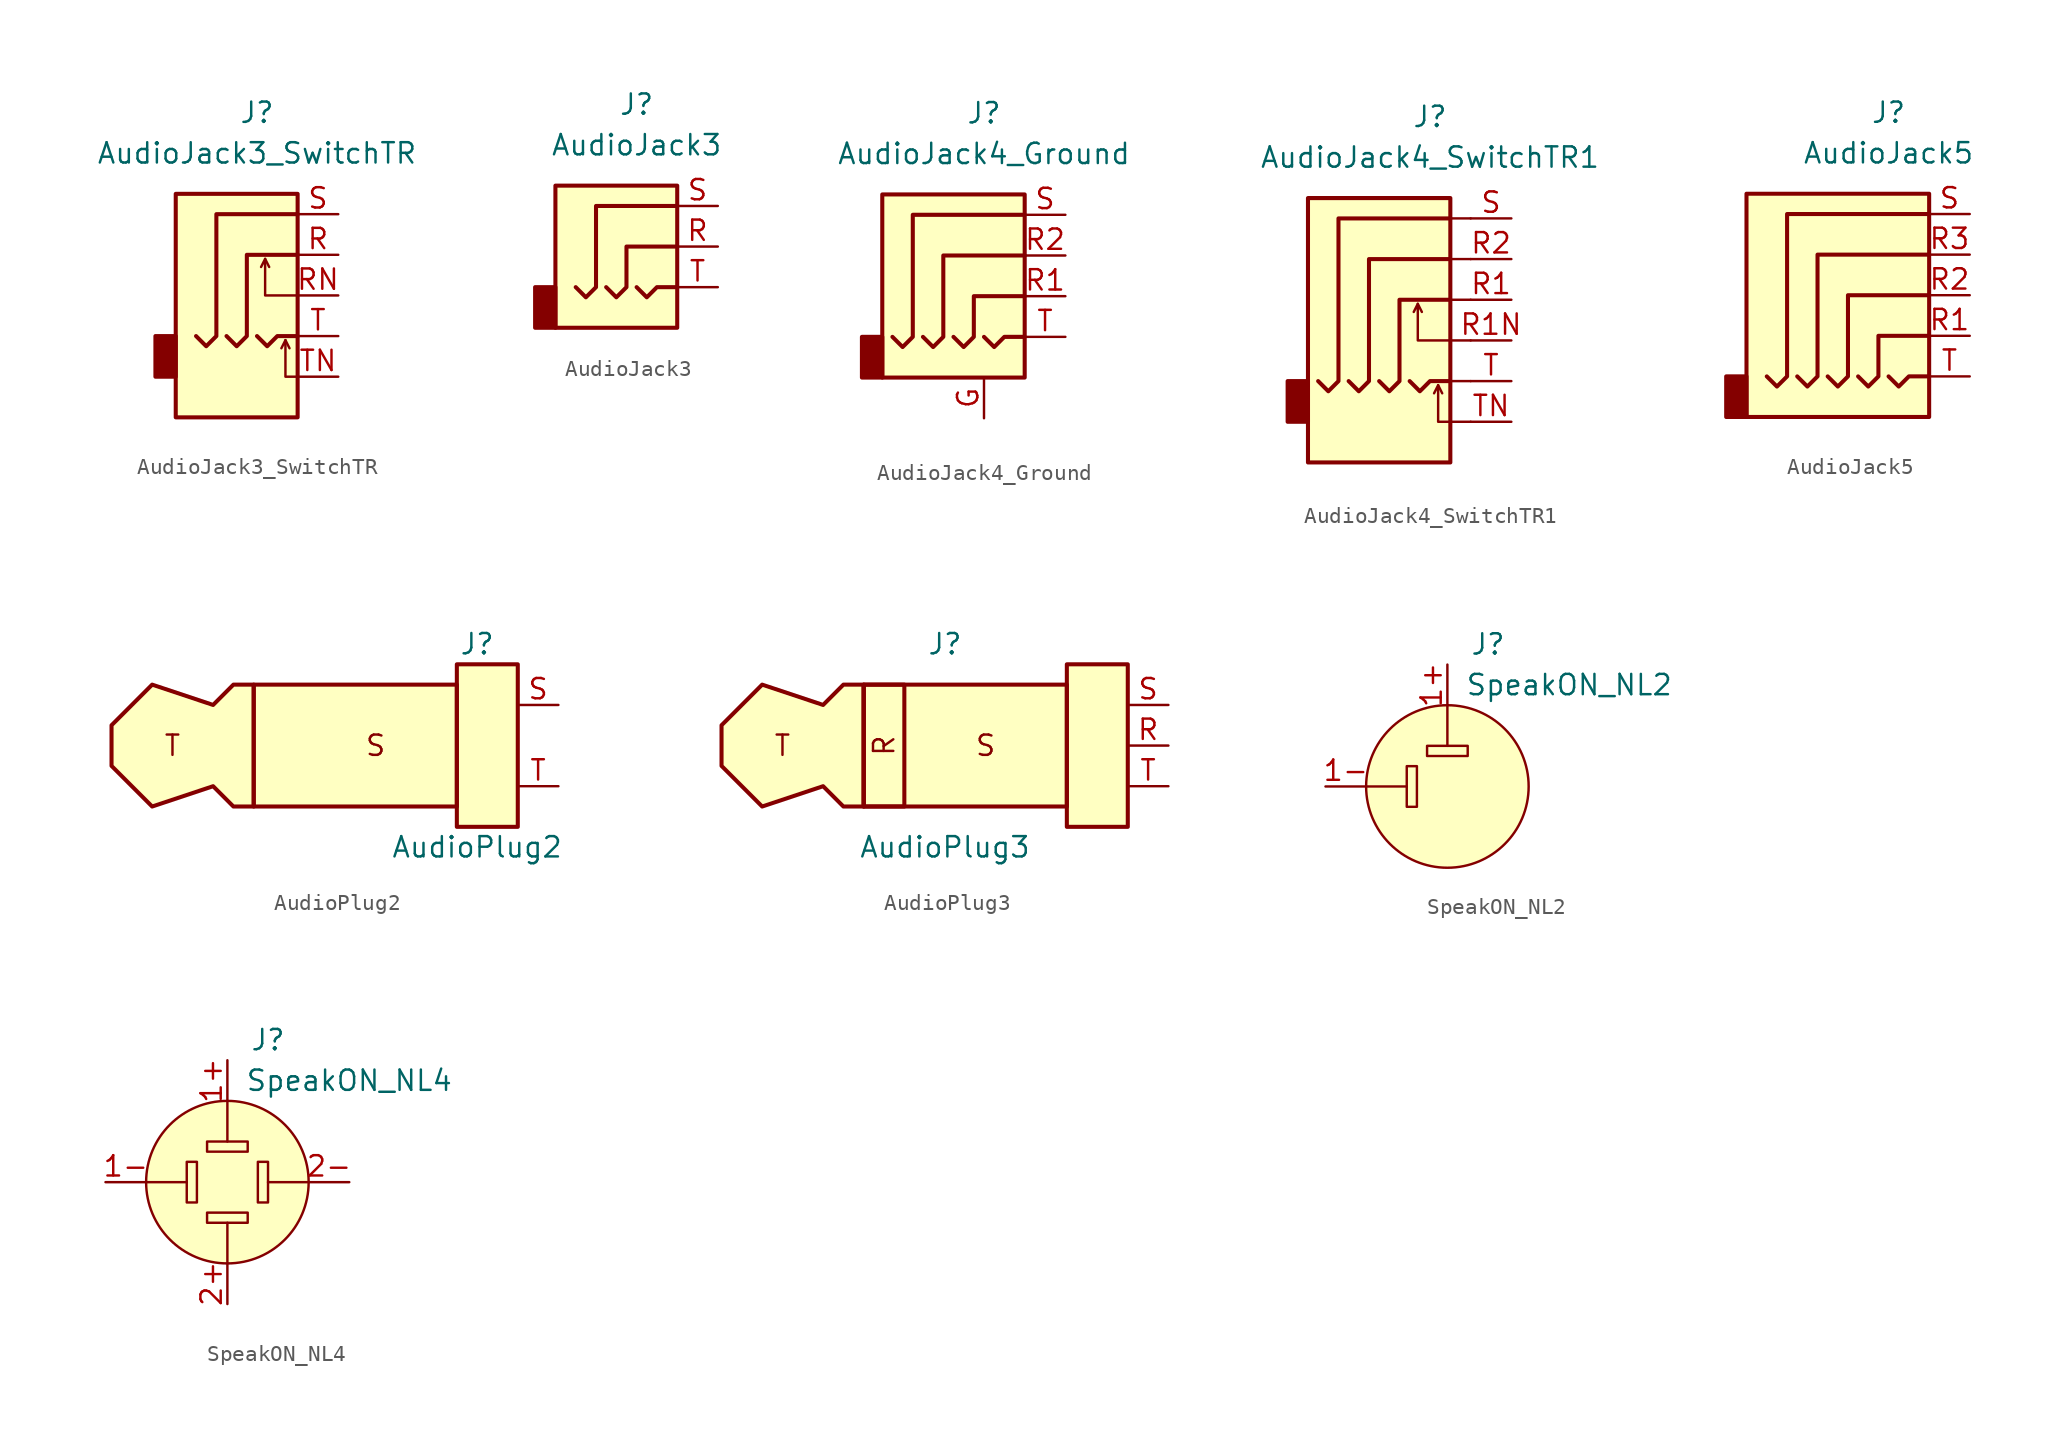
<source format=kicad_sym>
(kicad_symbol_lib
  (version 20231120)
  (generator "kicad_symbol_editor")
  (generator_version "8.0")
  (symbol "AudioJack3_SwitchTR"
    (property "Reference" "J"
      (at 0 8.89 0)
      (effects (font (size 1.27 1.27))))
    (property "Value" "AudioJack3_SwitchTR"
      (at 0 6.35 0)
      (effects (font (size 1.27 1.27))))
    (symbol "AudioJack3_SwitchTR_0_1"
      (rectangle (start -5.08 -5.08) (end -6.35 -7.62) (stroke (width 0.254) (type default)) (fill (type outline)))
      (polyline (pts (xy 0.508 -0.254) (xy 0.762 -0.762)) (stroke (width 0) (type default)) (fill (type none)))
      (polyline (pts (xy 1.778 -5.334) (xy 2.032 -5.842)) (stroke (width 0) (type default)) (fill (type none)))
      (polyline (pts (xy 0 -5.08) (xy 0.635 -5.715) (xy 1.27 -5.08) (xy 2.54 -5.08)) (stroke (width 0.254) (type default)) (fill (type none)))
      (polyline (pts (xy 2.54 -7.62) (xy 1.778 -7.62) (xy 1.778 -5.334) (xy 1.524 -5.842)) (stroke (width 0) (type default)) (fill (type none)))
      (polyline (pts (xy 2.54 -2.54) (xy 0.508 -2.54) (xy 0.508 -0.254) (xy 0.254 -0.762)) (stroke (width 0) (type default)) (fill (type none)))
      (polyline (pts (xy -1.905 -5.08) (xy -1.27 -5.715) (xy -0.635 -5.08) (xy -0.635 0) (xy 2.54 0)) (stroke (width 0.254) (type default)) (fill (type none)))
      (polyline (pts (xy 2.54 2.54) (xy -2.54 2.54) (xy -2.54 -5.08) (xy -3.175 -5.715) (xy -3.81 -5.08)) (stroke (width 0.254) (type default)) (fill (type none)))
      (rectangle (start 2.54 3.81) (end -5.08 -10.16) (stroke (width 0.254) (type default)) (fill (type background))))
    (symbol "AudioJack3_SwitchTR_1_1"
      (pin passive line (at 5.08 0 180) (length 2.54) (name "~" (effects (font (size 1.27 1.27)))) (number "R" (effects (font (size 1.27 1.27)))))
      (pin passive line (at 5.08 -2.54 180) (length 2.54) (name "~" (effects (font (size 1.27 1.27)))) (number "RN" (effects (font (size 1.27 1.27)))))
      (pin passive line (at 5.08 2.54 180) (length 2.54) (name "~" (effects (font (size 1.27 1.27)))) (number "S" (effects (font (size 1.27 1.27)))))
      (pin passive line (at 5.08 -5.08 180) (length 2.54) (name "~" (effects (font (size 1.27 1.27)))) (number "T" (effects (font (size 1.27 1.27)))))
      (pin passive line (at 5.08 -7.62 180) (length 2.54) (name "~" (effects (font (size 1.27 1.27)))) (number "TN" (effects (font (size 1.27 1.27)))))))
  (symbol "AudioJack3"
    (property "Reference" "J"
      (at 0 8.89 0)
      (effects (font (size 1.27 1.27))))
    (property "Value" "AudioJack3"
      (at 0 6.35 0)
      (effects (font (size 1.27 1.27))))
    (symbol "AudioJack3_0_1"
      (rectangle (start -5.08 -5.08) (end -6.35 -2.54) (stroke (width 0.254) (type default)) (fill (type outline)))
      (polyline (pts (xy 0 -2.54) (xy 0.635 -3.175) (xy 1.27 -2.54) (xy 2.54 -2.54)) (stroke (width 0.254) (type default)) (fill (type none)))
      (polyline (pts (xy -1.905 -2.54) (xy -1.27 -3.175) (xy -0.635 -2.54) (xy -0.635 0) (xy 2.54 0)) (stroke (width 0.254) (type default)) (fill (type none)))
      (polyline (pts (xy 2.54 2.54) (xy -2.54 2.54) (xy -2.54 -2.54) (xy -3.175 -3.175) (xy -3.81 -2.54)) (stroke (width 0.254) (type default)) (fill (type none)))
      (rectangle (start 2.54 3.81) (end -5.08 -5.08) (stroke (width 0.254) (type default)) (fill (type background))))
    (symbol "AudioJack3_1_1"
      (pin passive line (at 5.08 0 180) (length 2.54) (name "~" (effects (font (size 1.27 1.27)))) (number "R" (effects (font (size 1.27 1.27)))))
      (pin passive line (at 5.08 2.54 180) (length 2.54) (name "~" (effects (font (size 1.27 1.27)))) (number "S" (effects (font (size 1.27 1.27)))))
      (pin passive line (at 5.08 -2.54 180) (length 2.54) (name "~" (effects (font (size 1.27 1.27)))) (number "T" (effects (font (size 1.27 1.27)))))))
  (symbol "AudioJack4_Ground"
    (property "Reference" "J"
      (at 0 8.89 0)
      (effects (font (size 1.27 1.27))))
    (property "Value" "AudioJack4_Ground"
      (at 0 6.35 0)
      (effects (font (size 1.27 1.27))))
    (symbol "AudioJack4_Ground_0_1"
      (rectangle (start -6.35 -7.62) (end -7.62 -5.08) (stroke (width 0.254) (type default)) (fill (type outline)))
      (polyline (pts (xy 0 -5.08) (xy 0.635 -5.715) (xy 1.27 -5.08) (xy 2.54 -5.08)) (stroke (width 0.254) (type default)) (fill (type none)))
      (polyline (pts (xy -5.715 -5.08) (xy -5.08 -5.715) (xy -4.445 -5.08) (xy -4.445 2.54) (xy 2.54 2.54)) (stroke (width 0.254) (type default)) (fill (type none)))
      (polyline (pts (xy -1.905 -5.08) (xy -1.27 -5.715) (xy -0.635 -5.08) (xy -0.635 -2.54) (xy 2.54 -2.54)) (stroke (width 0.254) (type default)) (fill (type none)))
      (polyline (pts (xy 2.54 0) (xy -2.54 0) (xy -2.54 -5.08) (xy -3.175 -5.715) (xy -3.81 -5.08)) (stroke (width 0.254) (type default)) (fill (type none)))
      (rectangle (start 2.54 3.81) (end -6.35 -7.62) (stroke (width 0.254) (type default)) (fill (type background))))
    (symbol "AudioJack4_Ground_1_1"
      (pin passive line (at 0 -10.16 90) (length 2.54) (name "~" (effects (font (size 1.27 1.27)))) (number "G" (effects (font (size 1.27 1.27)))))
      (pin passive line (at 5.08 -2.54 180) (length 2.54) (name "~" (effects (font (size 1.27 1.27)))) (number "R1" (effects (font (size 1.27 1.27)))))
      (pin passive line (at 5.08 0 180) (length 2.54) (name "~" (effects (font (size 1.27 1.27)))) (number "R2" (effects (font (size 1.27 1.27)))))
      (pin passive line (at 5.08 2.54 180) (length 2.54) (name "~" (effects (font (size 1.27 1.27)))) (number "S" (effects (font (size 1.27 1.27)))))
      (pin passive line (at 5.08 -5.08 180) (length 2.54) (name "~" (effects (font (size 1.27 1.27)))) (number "T" (effects (font (size 1.27 1.27)))))))
  (symbol "AudioJack4_SwitchTR1"
    (property "Reference" "J"
      (at 0 11.43 0)
      (effects (font (size 1.27 1.27))))
    (property "Value" "AudioJack4_SwitchTR1"
      (at 0 8.89 0)
      (effects (font (size 1.27 1.27))))
    (symbol "AudioJack4_SwitchTR1_0_1"
      (rectangle (start -7.62 -5.08) (end -8.89 -7.62) (stroke (width 0.254) (type default)) (fill (type outline)))
      (polyline (pts (xy 1.27 -5.08) (xy 2.54 -5.08)) (stroke (width 0) (type default)) (fill (type none)))
      (polyline (pts (xy 1.27 2.54) (xy 2.54 2.54)) (stroke (width 0) (type default)) (fill (type none)))
      (polyline (pts (xy 2.54 0) (xy 1.27 0)) (stroke (width 0) (type default)) (fill (type none)))
      (polyline (pts (xy 2.54 5.08) (xy 1.27 5.08)) (stroke (width 0) (type default)) (fill (type none)))
      (rectangle (start 1.27 6.35) (end -7.62 -10.16) (stroke (width 0.254) (type default)) (fill (type background))))
    (symbol "AudioJack4_SwitchTR1_1_1"
      (polyline (pts (xy -0.762 -0.254) (xy -0.508 -0.762)) (stroke (width 0) (type default)) (fill (type none)))
      (polyline (pts (xy 0.508 -5.334) (xy 0.762 -5.842)) (stroke (width 0) (type default)) (fill (type none)))
      (polyline (pts (xy -1.27 -5.08) (xy -0.635 -5.715) (xy 0 -5.08) (xy 1.27 -5.08)) (stroke (width 0.254) (type default)) (fill (type none)))
      (polyline (pts (xy 2.54 -7.62) (xy 0.508 -7.62) (xy 0.508 -5.334) (xy 0.254 -5.842)) (stroke (width 0) (type default)) (fill (type none)))
      (polyline (pts (xy 2.54 -2.54) (xy -0.762 -2.54) (xy -0.762 -0.254) (xy -1.016 -0.762)) (stroke (width 0) (type default)) (fill (type none)))
      (polyline (pts (xy -3.175 -5.08) (xy -2.54 -5.715) (xy -1.905 -5.08) (xy -1.905 0) (xy 1.27 0)) (stroke (width 0.254) (type default)) (fill (type none)))
      (polyline (pts (xy 1.27 2.54) (xy -3.81 2.54) (xy -3.81 -5.08) (xy -4.445 -5.715) (xy -5.08 -5.08)) (stroke (width 0.254) (type default)) (fill (type none)))
      (polyline (pts (xy 1.27 5.08) (xy -5.715 5.08) (xy -5.715 -5.08) (xy -6.35 -5.715) (xy -6.985 -5.08)) (stroke (width 0.254) (type default)) (fill (type none)))
      (pin passive line (at 5.08 0 180) (length 2.54) (name "~" (effects (font (size 1.27 1.27)))) (number "R1" (effects (font (size 1.27 1.27)))))
      (pin passive line (at 5.08 -2.54 180) (length 2.54) (name "~" (effects (font (size 1.27 1.27)))) (number "R1N" (effects (font (size 1.27 1.27)))))
      (pin passive line (at 5.08 2.54 180) (length 2.54) (name "~" (effects (font (size 1.27 1.27)))) (number "R2" (effects (font (size 1.27 1.27)))))
      (pin passive line (at 5.08 5.08 180) (length 2.54) (name "~" (effects (font (size 1.27 1.27)))) (number "S" (effects (font (size 1.27 1.27)))))
      (pin passive line (at 5.08 -5.08 180) (length 2.54) (name "~" (effects (font (size 1.27 1.27)))) (number "T" (effects (font (size 1.27 1.27)))))
      (pin passive line (at 5.08 -7.62 180) (length 2.54) (name "~" (effects (font (size 1.27 1.27)))) (number "TN" (effects (font (size 1.27 1.27)))))))
  (symbol "AudioJack5"
    (property "Reference" "J"
      (at 0 11.43 0)
      (effects (font (size 1.27 1.27))))
    (property "Value" "AudioJack5"
      (at 0 8.89 0)
      (effects (font (size 1.27 1.27))))
    (symbol "AudioJack5_0_1"
      (rectangle (start -8.89 -5.08) (end -10.16 -7.62) (stroke (width 0.254) (type default)) (fill (type outline)))
      (polyline (pts (xy 0 -5.08) (xy 0.635 -5.715) (xy 1.27 -5.08) (xy 2.54 -5.08)) (stroke (width 0.254) (type default)) (fill (type none)))
      (polyline (pts (xy -5.715 -5.08) (xy -5.08 -5.715) (xy -4.445 -5.08) (xy -4.445 2.54) (xy 2.54 2.54)) (stroke (width 0.254) (type default)) (fill (type none)))
      (polyline (pts (xy -1.905 -5.08) (xy -1.27 -5.715) (xy -0.635 -5.08) (xy -0.635 -2.54) (xy 2.54 -2.54)) (stroke (width 0.254) (type default)) (fill (type none)))
      (polyline (pts (xy 2.54 0) (xy -2.54 0) (xy -2.54 -5.08) (xy -3.175 -5.715) (xy -3.81 -5.08)) (stroke (width 0.254) (type default)) (fill (type none)))
      (polyline (pts (xy 2.54 5.08) (xy -6.35 5.08) (xy -6.35 -5.08) (xy -6.985 -5.715) (xy -7.62 -5.08)) (stroke (width 0.254) (type default)) (fill (type none)))
      (rectangle (start 2.54 6.35) (end -8.89 -7.62) (stroke (width 0.254) (type default)) (fill (type background))))
    (symbol "AudioJack5_1_1"
      (pin passive line (at 5.08 -2.54 180) (length 2.54) (name "~" (effects (font (size 1.27 1.27)))) (number "R1" (effects (font (size 1.27 1.27)))))
      (pin passive line (at 5.08 0 180) (length 2.54) (name "~" (effects (font (size 1.27 1.27)))) (number "R2" (effects (font (size 1.27 1.27)))))
      (pin passive line (at 5.08 2.54 180) (length 2.54) (name "~" (effects (font (size 1.27 1.27)))) (number "R3" (effects (font (size 1.27 1.27)))))
      (pin passive line (at 5.08 5.08 180) (length 2.54) (name "~" (effects (font (size 1.27 1.27)))) (number "S" (effects (font (size 1.27 1.27)))))
      (pin passive line (at 5.08 -5.08 180) (length 2.54) (name "~" (effects (font (size 1.27 1.27)))) (number "T" (effects (font (size 1.27 1.27)))))))
  (symbol "AudioPlug2"
    (property "Reference" "J"
      (at 10.16 6.35 0)
      (effects (font (size 1.27 1.27))))
    (property "Value" "AudioPlug2"
      (at 10.16 -6.35 0)
      (effects (font (size 1.27 1.27))))
    (symbol "AudioPlug2_0_0"
      (text "S" (at 3.81 0 0) (effects (font (size 1.27 1.27))))
      (text "T" (at -8.89 0 0) (effects (font (size 1.27 1.27)))))
    (symbol "AudioPlug2_0_1"
      (rectangle (start -3.81 3.81) (end 8.89 -3.81) (stroke (width 0.254) (type default)) (fill (type background)))
      (polyline (pts (xy -3.81 3.81) (xy -5.08 3.81) (xy -6.35 2.54) (xy -10.16 3.81) (xy -12.7 1.27) (xy -12.7 -1.27) (xy -10.16 -3.81) (xy -6.35 -2.54) (xy -5.08 -3.81) (xy -3.81 -3.81) (xy -3.81 3.81)) (stroke (width 0.254) (type default)) (fill (type background)))
      (rectangle (start 12.7 5.08) (end 8.89 -5.08) (stroke (width 0.254) (type default)) (fill (type background))))
    (symbol "AudioPlug2_1_1"
      (pin passive line (at 15.24 2.54 180) (length 2.54) (name "~" (effects (font (size 1.27 1.27)))) (number "S" (effects (font (size 1.27 1.27)))))
      (pin passive line (at 15.24 -2.54 180) (length 2.54) (name "~" (effects (font (size 1.27 1.27)))) (number "T" (effects (font (size 1.27 1.27)))))))
  (symbol "AudioPlug3"
    (property "Reference" "J"
      (at 1.27 6.35 0)
      (effects (font (size 1.27 1.27))))
    (property "Value" "AudioPlug3"
      (at 1.27 -6.35 0)
      (effects (font (size 1.27 1.27))))
    (symbol "AudioPlug3_0_0"
      (text "R" (at -2.54 0 900) (effects (font (size 1.27 1.27)))))
    (symbol "AudioPlug3_0_1"
      (rectangle (start -3.81 3.81) (end -1.27 -3.81) (stroke (width 0.254) (type default)) (fill (type none)))
      (rectangle (start -1.27 -1.27) (end -1.27 -1.27) (stroke (width 0) (type default)) (fill (type none))))
    (symbol "AudioPlug3_1_0"
      (text "S" (at 3.81 0 0) (effects (font (size 1.27 1.27))))
      (text "T" (at -8.89 0 0) (effects (font (size 1.27 1.27)))))
    (symbol "AudioPlug3_1_1"
      (rectangle (start -3.81 3.81) (end 8.89 -3.81) (stroke (width 0.254) (type default)) (fill (type background)))
      (polyline (pts (xy -3.81 3.81) (xy -5.08 3.81) (xy -6.35 2.54) (xy -10.16 3.81) (xy -12.7 1.27) (xy -12.7 -1.27) (xy -10.16 -3.81) (xy -6.35 -2.54) (xy -5.08 -3.81) (xy -3.81 -3.81) (xy -3.81 3.81)) (stroke (width 0.254) (type default)) (fill (type background)))
      (rectangle (start 12.7 5.08) (end 8.89 -5.08) (stroke (width 0.254) (type default)) (fill (type background)))
      (pin passive line (at 15.24 0 180) (length 2.54) (name "~" (effects (font (size 1.27 1.27)))) (number "R" (effects (font (size 1.27 1.27)))))
      (pin passive line (at 15.24 2.54 180) (length 2.54) (name "~" (effects (font (size 1.27 1.27)))) (number "S" (effects (font (size 1.27 1.27)))))
      (pin passive line (at 15.24 -2.54 180) (length 2.54) (name "~" (effects (font (size 1.27 1.27)))) (number "T" (effects (font (size 1.27 1.27)))))))
  (symbol "SpeakON_NL2"
    (pin_names hide)
    (property "Reference" "J"
      (at 2.54 8.89 0)
      (effects (font (size 1.27 1.27))))
    (property "Value" "SpeakON_NL2"
      (at 7.62 6.35 0)
      (effects (font (size 1.27 1.27))))
    (symbol "SpeakON_NL2_0_1"
      (rectangle (start -2.54 1.27) (end -1.905 -1.27) (stroke (width 0) (type default)) (fill (type none)))
      (rectangle (start -1.27 2.54) (end 1.27 1.905) (stroke (width 0) (type default)) (fill (type none)))
      (polyline (pts (xy -5.08 0) (xy -2.54 0)) (stroke (width 0) (type default)) (fill (type none)))
      (polyline (pts (xy 0 5.08) (xy 0 2.54)) (stroke (width 0) (type default)) (fill (type none)))
      (circle (center 0 0) (radius 5.08) (stroke (width 0) (type default)) (fill (type background)))
      (pin passive line (at -7.62 0 0) (length 2.54) (name "1-" (effects (font (size 1.27 1.27)))) (number "1-" (effects (font (size 1.27 1.27))))))
    (symbol "SpeakON_NL2_1_1"
      (pin passive line (at 0 7.62 270) (length 2.54) (name "1+" (effects (font (size 1.27 1.27)))) (number "1+" (effects (font (size 1.27 1.27)))))))
  (symbol "SpeakON_NL4"
    (pin_names hide)
    (property "Reference" "J"
      (at 2.54 8.89 0)
      (effects (font (size 1.27 1.27))))
    (property "Value" "SpeakON_NL4"
      (at 7.62 6.35 0)
      (effects (font (size 1.27 1.27))))
    (symbol "SpeakON_NL4_0_1"
      (rectangle (start -2.54 1.27) (end -1.905 -1.27) (stroke (width 0) (type default)) (fill (type none)))
      (rectangle (start -1.27 -2.54) (end 1.27 -1.905) (stroke (width 0) (type default)) (fill (type none)))
      (rectangle (start -1.27 2.54) (end 1.27 1.905) (stroke (width 0) (type default)) (fill (type none)))
      (polyline (pts (xy -5.08 0) (xy -2.54 0)) (stroke (width 0) (type default)) (fill (type none)))
      (polyline (pts (xy 0 -5.08) (xy 0 -2.54)) (stroke (width 0) (type default)) (fill (type none)))
      (polyline (pts (xy 0 5.08) (xy 0 2.54)) (stroke (width 0) (type default)) (fill (type none)))
      (polyline (pts (xy 5.08 0) (xy 2.54 0)) (stroke (width 0) (type default)) (fill (type none)))
      (circle (center 0 0) (radius 5.08) (stroke (width 0) (type default)) (fill (type background)))
      (rectangle (start 2.54 1.27) (end 1.905 -1.27) (stroke (width 0) (type default)) (fill (type none)))
      (pin passive line (at -7.62 0 0) (length 2.54) (name "1-" (effects (font (size 1.27 1.27)))) (number "1-" (effects (font (size 1.27 1.27)))))
      (pin passive line (at 0 -7.62 90) (length 2.54) (name "2+" (effects (font (size 1.27 1.27)))) (number "2+" (effects (font (size 1.27 1.27)))))
      (pin passive line (at 7.62 0 180) (length 2.54) (name "2-" (effects (font (size 1.27 1.27)))) (number "2-" (effects (font (size 1.27 1.27))))))
    (symbol "SpeakON_NL4_1_1"
      (pin passive line (at 0 7.62 270) (length 2.54) (name "1+" (effects (font (size 1.27 1.27)))) (number "1+" (effects (font (size 1.27 1.27))))))))
</source>
